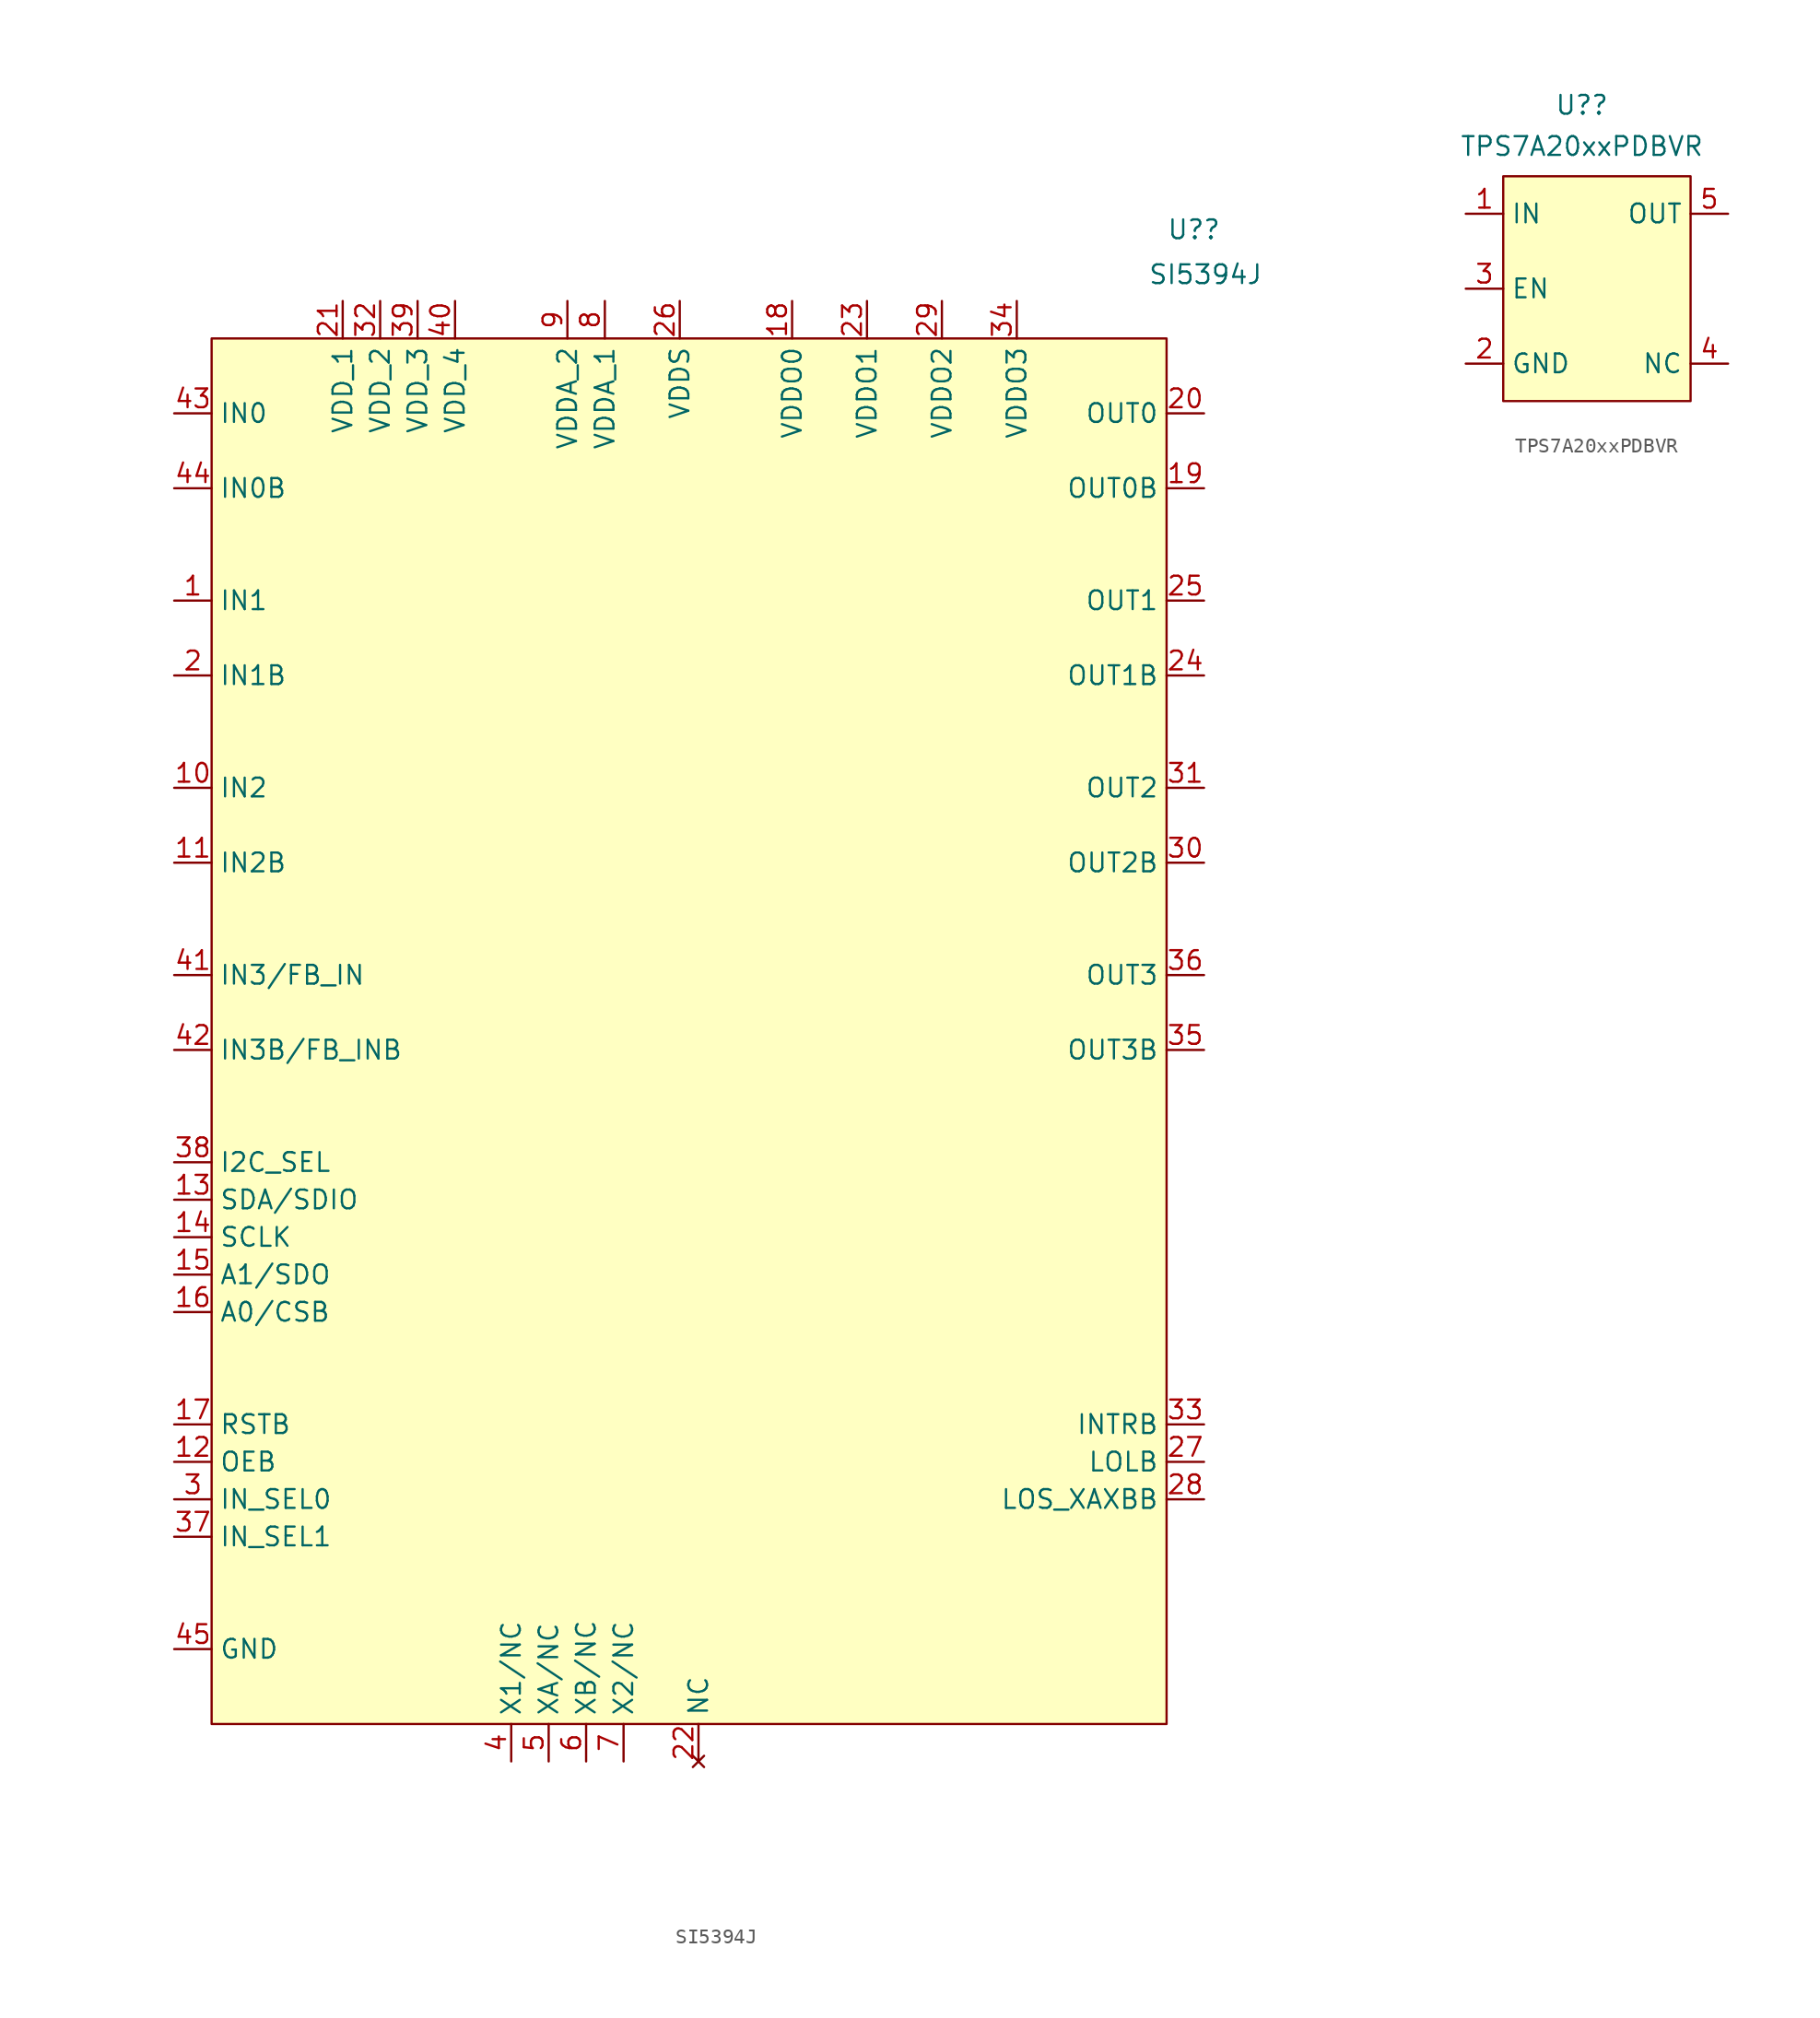
<source format=kicad_sym>
(kicad_symbol_lib
  (version 20241209)
  (generator "kicad_symbol_editor")
  (generator_version "9.0")
  (symbol "SI5394J"
    (property "Reference" "U?"
      (at 43.18 48.768 0)
      (effects (font (size 1.27 1.27)) (justify left top)))
    (property "Value" "SI5394J"
      (at 41.91 45.72 0)
      (effects (font (size 1.27 1.27)) (justify left top)))
    (symbol "SI5394J_1_1"
      (rectangle (start -21.59 40.64) (end 43.18 -53.34) (stroke (width 0) (type solid)) (fill (type background)))
      (pin input line (at -24.13 35.56 0) (length 2.54) (name "IN0" (effects (font (size 1.27 1.27)))) (number "43" (effects (font (size 1.27 1.27)))))
      (pin input line (at -24.13 30.48 0) (length 2.54) (name "IN0B" (effects (font (size 1.27 1.27)))) (number "44" (effects (font (size 1.27 1.27)))))
      (pin input line (at -24.13 22.86 0) (length 2.54) (name "IN1" (effects (font (size 1.27 1.27)))) (number "1" (effects (font (size 1.27 1.27)))))
      (pin input line (at -24.13 17.78 0) (length 2.54) (name "IN1B" (effects (font (size 1.27 1.27)))) (number "2" (effects (font (size 1.27 1.27)))))
      (pin input line (at -24.13 10.16 0) (length 2.54) (name "IN2" (effects (font (size 1.27 1.27)))) (number "10" (effects (font (size 1.27 1.27)))))
      (pin input line (at -24.13 5.08 0) (length 2.54) (name "IN2B" (effects (font (size 1.27 1.27)))) (number "11" (effects (font (size 1.27 1.27)))))
      (pin input line (at -24.13 -2.54 0) (length 2.54) (name "IN3/FB_IN" (effects (font (size 1.27 1.27)))) (number "41" (effects (font (size 1.27 1.27)))))
      (pin input line (at -24.13 -7.62 0) (length 2.54) (name "IN3B/FB_INB" (effects (font (size 1.27 1.27)))) (number "42" (effects (font (size 1.27 1.27)))))
      (pin input line (at -24.13 -15.24 0) (length 2.54) (name "I2C_SEL" (effects (font (size 1.27 1.27)))) (number "38" (effects (font (size 1.27 1.27)))))
      (pin bidirectional line (at -24.13 -17.78 0) (length 2.54) (name "SDA/SDIO" (effects (font (size 1.27 1.27)))) (number "13" (effects (font (size 1.27 1.27)))))
      (pin input line (at -24.13 -20.32 0) (length 2.54) (name "SCLK" (effects (font (size 1.27 1.27)))) (number "14" (effects (font (size 1.27 1.27)))))
      (pin bidirectional line (at -24.13 -22.86 0) (length 2.54) (name "A1/SDO" (effects (font (size 1.27 1.27)))) (number "15" (effects (font (size 1.27 1.27)))))
      (pin input line (at -24.13 -25.4 0) (length 2.54) (name "A0/CSB" (effects (font (size 1.27 1.27)))) (number "16" (effects (font (size 1.27 1.27)))))
      (pin input line (at -24.13 -33.02 0) (length 2.54) (name "RSTB" (effects (font (size 1.27 1.27)))) (number "17" (effects (font (size 1.27 1.27)))))
      (pin input line (at -24.13 -35.56 0) (length 2.54) (name "OEB" (effects (font (size 1.27 1.27)))) (number "12" (effects (font (size 1.27 1.27)))))
      (pin input line (at -24.13 -38.1 0) (length 2.54) (name "IN_SEL0" (effects (font (size 1.27 1.27)))) (number "3" (effects (font (size 1.27 1.27)))))
      (pin input line (at -24.13 -40.64 0) (length 2.54) (name "IN_SEL1" (effects (font (size 1.27 1.27)))) (number "37" (effects (font (size 1.27 1.27)))))
      (pin power_out line (at -24.13 -48.26 0) (length 2.54) (name "GND" (effects (font (size 1.27 1.27)))) (number "45" (effects (font (size 1.27 1.27)))))
      (pin power_in line (at -12.7 43.18 270) (length 2.54) (name "VDD_1" (effects (font (size 1.27 1.27)))) (number "21" (effects (font (size 1.27 1.27)))))
      (pin power_in line (at -10.16 43.18 270) (length 2.54) (name "VDD_2" (effects (font (size 1.27 1.27)))) (number "32" (effects (font (size 1.27 1.27)))))
      (pin power_in line (at -7.62 43.18 270) (length 2.54) (name "VDD_3" (effects (font (size 1.27 1.27)))) (number "39" (effects (font (size 1.27 1.27)))))
      (pin power_in line (at -5.08 43.18 270) (length 2.54) (name "VDD_4" (effects (font (size 1.27 1.27)))) (number "40" (effects (font (size 1.27 1.27)))))
      (pin input line (at -1.27 -55.88 90) (length 2.54) (name "X1/NC" (effects (font (size 1.27 1.27)))) (number "4" (effects (font (size 1.27 1.27)))))
      (pin input line (at 1.27 -55.88 90) (length 2.54) (name "XA/NC" (effects (font (size 1.27 1.27)))) (number "5" (effects (font (size 1.27 1.27)))))
      (pin power_in line (at 2.54 43.18 270) (length 2.54) (name "VDDA_2" (effects (font (size 1.27 1.27)))) (number "9" (effects (font (size 1.27 1.27)))))
      (pin input line (at 3.81 -55.88 90) (length 2.54) (name "XB/NC" (effects (font (size 1.27 1.27)))) (number "6" (effects (font (size 1.27 1.27)))))
      (pin power_in line (at 5.08 43.18 270) (length 2.54) (name "VDDA_1" (effects (font (size 1.27 1.27)))) (number "8" (effects (font (size 1.27 1.27)))))
      (pin input line (at 6.35 -55.88 90) (length 2.54) (name "X2/NC" (effects (font (size 1.27 1.27)))) (number "7" (effects (font (size 1.27 1.27)))))
      (pin power_in line (at 10.16 43.18 270) (length 2.54) (name "VDDS" (effects (font (size 1.27 1.27)))) (number "26" (effects (font (size 1.27 1.27)))))
      (pin no_connect line (at 11.43 -55.88 90) (length 2.54) (name "NC" (effects (font (size 1.27 1.27)))) (number "22" (effects (font (size 1.27 1.27)))))
      (pin power_in line (at 17.78 43.18 270) (length 2.54) (name "VDDO0" (effects (font (size 1.27 1.27)))) (number "18" (effects (font (size 1.27 1.27)))))
      (pin power_in line (at 22.86 43.18 270) (length 2.54) (name "VDDO1" (effects (font (size 1.27 1.27)))) (number "23" (effects (font (size 1.27 1.27)))))
      (pin power_in line (at 27.94 43.18 270) (length 2.54) (name "VDDO2" (effects (font (size 1.27 1.27)))) (number "29" (effects (font (size 1.27 1.27)))))
      (pin power_in line (at 33.02 43.18 270) (length 2.54) (name "VDDO3" (effects (font (size 1.27 1.27)))) (number "34" (effects (font (size 1.27 1.27)))))
      (pin output line (at 45.72 35.56 180) (length 2.54) (name "OUT0" (effects (font (size 1.27 1.27)))) (number "20" (effects (font (size 1.27 1.27)))))
      (pin output line (at 45.72 30.48 180) (length 2.54) (name "OUT0B" (effects (font (size 1.27 1.27)))) (number "19" (effects (font (size 1.27 1.27)))))
      (pin output line (at 45.72 22.86 180) (length 2.54) (name "OUT1" (effects (font (size 1.27 1.27)))) (number "25" (effects (font (size 1.27 1.27)))))
      (pin output line (at 45.72 17.78 180) (length 2.54) (name "OUT1B" (effects (font (size 1.27 1.27)))) (number "24" (effects (font (size 1.27 1.27)))))
      (pin output line (at 45.72 10.16 180) (length 2.54) (name "OUT2" (effects (font (size 1.27 1.27)))) (number "31" (effects (font (size 1.27 1.27)))))
      (pin output line (at 45.72 5.08 180) (length 2.54) (name "OUT2B" (effects (font (size 1.27 1.27)))) (number "30" (effects (font (size 1.27 1.27)))))
      (pin output line (at 45.72 -2.54 180) (length 2.54) (name "OUT3" (effects (font (size 1.27 1.27)))) (number "36" (effects (font (size 1.27 1.27)))))
      (pin output line (at 45.72 -7.62 180) (length 2.54) (name "OUT3B" (effects (font (size 1.27 1.27)))) (number "35" (effects (font (size 1.27 1.27)))))
      (pin output line (at 45.72 -33.02 180) (length 2.54) (name "INTRB" (effects (font (size 1.27 1.27)))) (number "33" (effects (font (size 1.27 1.27)))))
      (pin output line (at 45.72 -35.56 180) (length 2.54) (name "LOLB" (effects (font (size 1.27 1.27)))) (number "27" (effects (font (size 1.27 1.27)))))
      (pin output line (at 45.72 -38.1 180) (length 2.54) (name "LOS_XAXBB" (effects (font (size 1.27 1.27)))) (number "28" (effects (font (size 1.27 1.27)))))))
  (symbol "TPS7A20xxPDBVR"
    (property "Reference" "U?"
      (at -1.016 12.446 0)
      (effects (font (size 1.27 1.27))))
    (property "Value" "TPS7A20xxPDBVR"
      (at -1.016 9.652 0)
      (effects (font (size 1.27 1.27))))
    (symbol "TPS7A20xxPDBVR_1_1"
      (rectangle (start -6.35 7.62) (end 6.35 -7.62) (stroke (width 0) (type solid)) (fill (type background)))
      (pin power_in line (at -8.89 5.08 0) (length 2.54) (name "IN" (effects (font (size 1.27 1.27)))) (number "1" (effects (font (size 1.27 1.27)))))
      (pin input line (at -8.89 0 0) (length 2.54) (name "EN" (effects (font (size 1.27 1.27)))) (number "3" (effects (font (size 1.27 1.27)))))
      (pin power_in line (at -8.89 -5.08 0) (length 2.54) (name "GND" (effects (font (size 1.27 1.27)))) (number "2" (effects (font (size 1.27 1.27)))))
      (pin power_out line (at 8.89 5.08 180) (length 2.54) (name "OUT" (effects (font (size 1.27 1.27)))) (number "5" (effects (font (size 1.27 1.27)))))
      (pin passive line (at 8.89 -5.08 180) (length 2.54) (name "NC" (effects (font (size 1.27 1.27)))) (number "4" (effects (font (size 1.27 1.27))))))))
</source>
